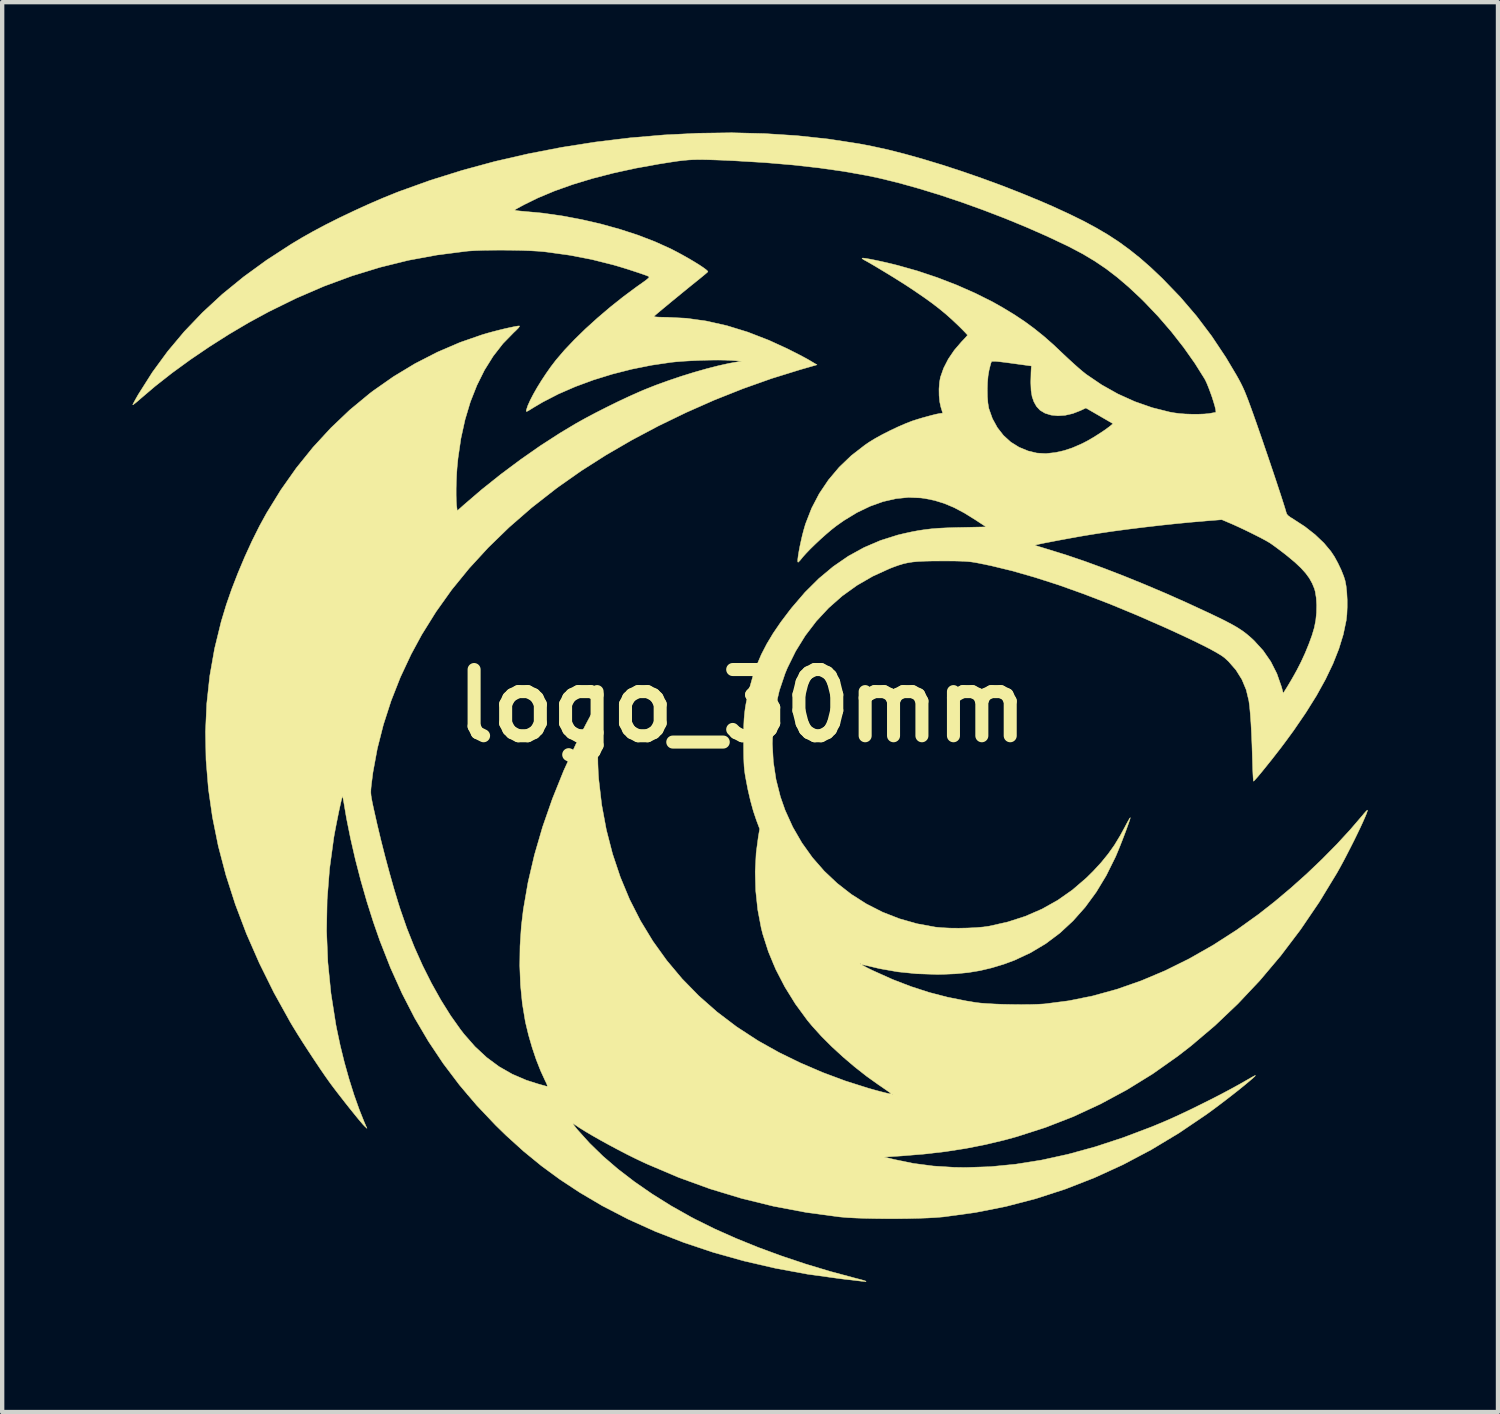
<source format=kicad_pcb>
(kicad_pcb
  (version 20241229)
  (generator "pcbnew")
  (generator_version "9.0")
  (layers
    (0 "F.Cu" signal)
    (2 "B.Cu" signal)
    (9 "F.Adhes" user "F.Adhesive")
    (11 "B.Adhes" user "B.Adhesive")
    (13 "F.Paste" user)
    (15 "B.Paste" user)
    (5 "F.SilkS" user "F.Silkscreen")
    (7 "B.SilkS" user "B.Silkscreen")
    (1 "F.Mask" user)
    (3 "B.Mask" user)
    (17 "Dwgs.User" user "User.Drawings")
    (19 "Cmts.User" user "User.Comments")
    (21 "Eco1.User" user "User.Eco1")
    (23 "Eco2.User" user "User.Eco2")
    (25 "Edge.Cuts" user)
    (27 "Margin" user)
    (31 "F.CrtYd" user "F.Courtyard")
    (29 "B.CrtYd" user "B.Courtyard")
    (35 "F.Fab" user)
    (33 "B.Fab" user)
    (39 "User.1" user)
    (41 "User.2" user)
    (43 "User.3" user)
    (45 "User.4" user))
  (footprint "logo_30mm"
    (layer "F.Cu")
    (at 14.029 13.192)
    (property "Reference" "logo_30mm" (at 0 0 0) (layer "F.SilkS") (effects (font (size 1.524 1.524) (thickness 0.3))))
    (attr through_hole)
    (fp_poly (pts (xy 0.519 -13.168) (xy 1.263 -13.12) (xy 1.988 -13.042) (xy 2.689 -12.934) (xy 2.982 -12.878) (xy 3.349 -12.798) (xy 3.746 -12.697) (xy 4.166 -12.579) (xy 4.605 -12.446) (xy 5.056 -12.299) (xy 5.511 -12.141) (xy 5.967 -11.974) (xy 6.415 -11.799) (xy 6.85 -11.62) (xy 7.154 -11.488) (xy 7.517 -11.321) (xy 7.844 -11.161) (xy 8.142 -11.001) (xy 8.416 -10.84) (xy 8.673 -10.672) (xy 8.918 -10.493) (xy 9.158 -10.301) (xy 9.398 -10.091) (xy 9.644 -9.858) (xy 9.67 -9.833) (xy 10.08 -9.408) (xy 10.456 -8.969) (xy 10.804 -8.508) (xy 11.13 -8.019) (xy 11.374 -7.609) (xy 11.428 -7.513) (xy 11.474 -7.426) (xy 11.517 -7.339) (xy 11.558 -7.248) (xy 11.6 -7.145) (xy 11.647 -7.024) (xy 11.701 -6.877) (xy 11.766 -6.698) (xy 11.78 -6.657) (xy 11.835 -6.502) (xy 11.895 -6.329) (xy 11.96 -6.142) (xy 12.027 -5.945) (xy 12.096 -5.744) (xy 12.164 -5.542) (xy 12.231 -5.344) (xy 12.294 -5.155) (xy 12.352 -4.979) (xy 12.404 -4.821) (xy 12.448 -4.684) (xy 12.483 -4.574) (xy 12.507 -4.495) (xy 12.519 -4.452) (xy 12.533 -4.413) (xy 12.562 -4.378) (xy 12.614 -4.339) (xy 12.685 -4.295) (xy 12.947 -4.125) (xy 13.183 -3.94) (xy 13.388 -3.745) (xy 13.547 -3.555) (xy 13.629 -3.432) (xy 13.71 -3.283) (xy 13.785 -3.126) (xy 13.845 -2.975) (xy 13.875 -2.879) (xy 13.898 -2.758) (xy 13.914 -2.607) (xy 13.923 -2.44) (xy 13.923 -2.268) (xy 13.916 -2.103) (xy 13.9 -1.959) (xy 13.899 -1.957) (xy 13.833 -1.641) (xy 13.732 -1.312) (xy 13.596 -0.968) (xy 13.424 -0.609) (xy 13.216 -0.233) (xy 12.971 0.159) (xy 12.69 0.57) (xy 12.481 0.855) (xy 12.389 0.977) (xy 12.291 1.103) (xy 12.193 1.229) (xy 12.096 1.35) (xy 12.006 1.462) (xy 11.925 1.561) (xy 11.857 1.642) (xy 11.805 1.7) (xy 11.775 1.731) (xy 11.768 1.736) (xy 11.764 1.715) (xy 11.759 1.658) (xy 11.754 1.57) (xy 11.749 1.457) (xy 11.745 1.323) (xy 11.741 1.191) (xy 11.732 0.902) (xy 11.721 0.635) (xy 11.708 0.395) (xy 11.693 0.186) (xy 11.677 0.011) (xy 11.66 -0.116) (xy 11.599 -0.369) (xy 11.5 -0.606) (xy 11.363 -0.825) (xy 11.192 -1.021) (xy 11.097 -1.108) (xy 11.023 -1.161) (xy 10.91 -1.229) (xy 10.761 -1.311) (xy 10.576 -1.405) (xy 10.357 -1.512) (xy 10.105 -1.631) (xy 9.822 -1.761) (xy 9.747 -1.795) (xy 9.088 -2.084) (xy 8.457 -2.345) (xy 7.853 -2.577) (xy 7.279 -2.782) (xy 6.733 -2.957) (xy 6.217 -3.105) (xy 5.731 -3.223) (xy 5.429 -3.285) (xy 5.348 -3.3) (xy 5.273 -3.311) (xy 5.197 -3.319) (xy 5.112 -3.325) (xy 5.013 -3.329) (xy 4.891 -3.332) (xy 4.74 -3.333) (xy 4.583 -3.333) (xy 4.372 -3.332) (xy 4.196 -3.328) (xy 4.049 -3.321) (xy 3.922 -3.309) (xy 3.809 -3.291) (xy 3.703 -3.267) (xy 3.596 -3.234) (xy 3.482 -3.193) (xy 3.397 -3.16) (xy 3.008 -2.983) (xy 2.643 -2.772) (xy 2.303 -2.528) (xy 1.99 -2.252) (xy 1.706 -1.947) (xy 1.452 -1.614) (xy 1.23 -1.255) (xy 1.041 -0.872) (xy 0.987 -0.741) (xy 0.856 -0.352) (xy 0.763 0.05) (xy 0.709 0.46) (xy 0.694 0.873) (xy 0.717 1.286) (xy 0.779 1.695) (xy 0.88 2.094) (xy 0.988 2.402) (xy 1.164 2.79) (xy 1.374 3.153) (xy 1.616 3.492) (xy 1.888 3.803) (xy 2.188 4.086) (xy 2.513 4.339) (xy 2.861 4.56) (xy 3.23 4.748) (xy 3.619 4.9) (xy 4.024 5.015) (xy 4.444 5.092) (xy 4.45 5.093) (xy 4.605 5.107) (xy 4.786 5.116) (xy 4.983 5.118) (xy 5.184 5.114) (xy 5.376 5.105) (xy 5.55 5.09) (xy 5.683 5.071) (xy 6.113 4.974) (xy 6.518 4.843) (xy 6.9 4.677) (xy 7.261 4.475) (xy 7.6 4.237) (xy 7.92 3.962) (xy 8.076 3.808) (xy 8.264 3.604) (xy 8.424 3.407) (xy 8.567 3.206) (xy 8.7 2.986) (xy 8.799 2.805) (xy 8.847 2.714) (xy 8.887 2.641) (xy 8.916 2.592) (xy 8.931 2.573) (xy 8.932 2.574) (xy 8.925 2.606) (xy 8.904 2.671) (xy 8.872 2.761) (xy 8.833 2.87) (xy 8.787 2.991) (xy 8.739 3.116) (xy 8.69 3.24) (xy 8.643 3.355) (xy 8.601 3.455) (xy 8.585 3.49) (xy 8.379 3.905) (xy 8.148 4.287) (xy 7.893 4.635) (xy 7.614 4.949) (xy 7.312 5.229) (xy 6.987 5.473) (xy 6.639 5.681) (xy 6.27 5.854) (xy 6.022 5.946) (xy 5.744 6.03) (xy 5.475 6.094) (xy 5.203 6.139) (xy 4.916 6.167) (xy 4.605 6.18) (xy 4.47 6.181) (xy 4.015 6.166) (xy 3.582 6.122) (xy 3.162 6.048) (xy 2.922 5.991) (xy 2.846 5.973) (xy 2.787 5.961) (xy 2.756 5.958) (xy 2.754 5.959) (xy 2.769 5.971) (xy 2.816 5.997) (xy 2.888 6.035) (xy 2.98 6.08) (xy 3.029 6.103) (xy 3.463 6.298) (xy 3.884 6.46) (xy 4.3 6.595) (xy 4.723 6.705) (xy 5.162 6.793) (xy 5.376 6.828) (xy 5.494 6.842) (xy 5.646 6.853) (xy 5.823 6.863) (xy 6.016 6.87) (xy 6.217 6.874) (xy 6.417 6.876) (xy 6.607 6.875) (xy 6.78 6.87) (xy 6.926 6.862) (xy 6.968 6.859) (xy 7.517 6.788) (xy 8.07 6.676) (xy 8.624 6.523) (xy 9.179 6.329) (xy 9.734 6.095) (xy 10.287 5.821) (xy 10.837 5.508) (xy 11.383 5.157) (xy 11.885 4.797) (xy 12.253 4.508) (xy 12.624 4.196) (xy 12.991 3.868) (xy 13.346 3.529) (xy 13.683 3.188) (xy 13.995 2.849) (xy 14.255 2.546) (xy 14.31 2.48) (xy 14.354 2.431) (xy 14.382 2.404) (xy 14.389 2.401) (xy 14.386 2.426) (xy 14.366 2.484) (xy 14.33 2.57) (xy 14.282 2.679) (xy 14.223 2.807) (xy 14.155 2.948) (xy 14.081 3.1) (xy 14.002 3.256) (xy 13.922 3.412) (xy 13.843 3.564) (xy 13.766 3.706) (xy 13.694 3.835) (xy 13.684 3.852) (xy 13.281 4.515) (xy 12.851 5.148) (xy 12.395 5.75) (xy 11.914 6.32) (xy 11.409 6.856) (xy 10.88 7.359) (xy 10.328 7.827) (xy 10.022 8.064) (xy 9.447 8.47) (xy 8.854 8.836) (xy 8.245 9.164) (xy 7.62 9.454) (xy 6.977 9.704) (xy 6.317 9.916) (xy 6.044 9.991) (xy 5.6 10.097) (xy 5.148 10.186) (xy 4.679 10.259) (xy 4.187 10.316) (xy 3.665 10.359) (xy 3.524 10.368) (xy 3.27 10.384) (xy 3.503 10.441) (xy 3.943 10.531) (xy 4.4 10.591) (xy 4.878 10.621) (xy 5.144 10.625) (xy 5.712 10.606) (xy 6.294 10.549) (xy 6.891 10.454) (xy 7.501 10.32) (xy 8.127 10.148) (xy 8.769 9.937) (xy 9.427 9.688) (xy 9.696 9.576) (xy 9.88 9.496) (xy 10.091 9.399) (xy 10.321 9.29) (xy 10.56 9.172) (xy 10.801 9.052) (xy 11.034 8.932) (xy 11.25 8.817) (xy 11.441 8.712) (xy 11.536 8.658) (xy 11.651 8.592) (xy 11.733 8.545) (xy 11.785 8.517) (xy 11.809 8.507) (xy 11.811 8.512) (xy 11.792 8.532) (xy 11.758 8.564) (xy 11.672 8.638) (xy 11.559 8.732) (xy 11.425 8.841) (xy 11.276 8.958) (xy 11.121 9.078) (xy 10.964 9.197) (xy 10.814 9.309) (xy 10.679 9.407) (xy 10.051 9.832) (xy 9.413 10.216) (xy 8.765 10.559) (xy 8.107 10.86) (xy 7.439 11.121) (xy 6.761 11.341) (xy 6.071 11.521) (xy 5.37 11.66) (xy 4.657 11.758) (xy 4.625 11.762) (xy 4.467 11.775) (xy 4.274 11.786) (xy 4.055 11.794) (xy 3.817 11.8) (xy 3.568 11.803) (xy 3.314 11.803) (xy 3.064 11.8) (xy 2.826 11.795) (xy 2.607 11.787) (xy 2.414 11.777) (xy 2.255 11.763) (xy 2.244 11.762) (xy 1.477 11.659) (xy 0.725 11.517) (xy -0.013 11.336) (xy -0.742 11.115) (xy -1.463 10.853) (xy -2.178 10.549) (xy -2.29 10.498) (xy -2.468 10.413) (xy -2.661 10.317) (xy -2.861 10.213) (xy -3.061 10.106) (xy -3.256 9.999) (xy -3.439 9.895) (xy -3.602 9.799) (xy -3.74 9.713) (xy -3.836 9.648) (xy -3.875 9.623) (xy -3.894 9.617) (xy -3.895 9.618) (xy -3.882 9.638) (xy -3.849 9.682) (xy -3.801 9.742) (xy -3.784 9.762) (xy -3.512 10.064) (xy -3.202 10.366) (xy -2.856 10.663) (xy -2.477 10.954) (xy -2.071 11.235) (xy -1.639 11.505) (xy -1.185 11.761) (xy -1.079 11.817) (xy -0.63 12.039) (xy -0.145 12.255) (xy 0.37 12.464) (xy 0.906 12.661) (xy 1.459 12.846) (xy 2.021 13.015) (xy 2.582 13.166) (xy 2.71 13.199) (xy 2.797 13.223) (xy 2.844 13.239) (xy 2.852 13.248) (xy 2.82 13.249) (xy 2.749 13.242) (xy 2.699 13.236) (xy 2.657 13.231) (xy 2.582 13.222) (xy 2.481 13.21) (xy 2.364 13.197) (xy 2.265 13.185) (xy 1.506 13.08) (xy 0.764 12.943) (xy 0.041 12.776) (xy -0.662 12.579) (xy -1.341 12.352) (xy -1.995 12.098) (xy -2.622 11.815) (xy -3.219 11.506) (xy -3.736 11.201) (xy -4.193 10.9) (xy -4.622 10.585) (xy -5.033 10.249) (xy -5.436 9.884) (xy -5.673 9.653) (xy -6.106 9.196) (xy -6.322 8.943) (xy 3.45 8.943) (xy 3.461 8.954) (xy 3.471 8.943) (xy 3.461 8.932) (xy 3.45 8.943) (xy -6.322 8.943) (xy -6.507 8.724) (xy -6.878 8.233) (xy -7.22 7.721) (xy -7.536 7.185) (xy -7.826 6.621) (xy -8.094 6.026) (xy -8.34 5.399) (xy -8.488 4.974) (xy -8.637 4.504) (xy -8.776 4.02) (xy -8.902 3.533) (xy -9.012 3.053) (xy -9.105 2.592) (xy -9.146 2.35) (xy -9.163 2.249) (xy -9.178 2.166) (xy -9.189 2.107) (xy -9.195 2.08) (xy -9.195 2.08) (xy -9.203 2.096) (xy -9.217 2.147) (xy -9.236 2.227) (xy -9.259 2.33) (xy -9.285 2.449) (xy -9.311 2.579) (xy -9.338 2.713) (xy -9.363 2.844) (xy -9.386 2.966) (xy -9.398 3.037) (xy -9.495 3.749) (xy -9.551 4.464) (xy -9.564 5.18) (xy -9.535 5.898) (xy -9.463 6.617) (xy -9.35 7.337) (xy -9.332 7.429) (xy -9.25 7.817) (xy -9.154 8.207) (xy -9.047 8.588) (xy -8.932 8.954) (xy -8.811 9.294) (xy -8.702 9.567) (xy -8.634 9.725) (xy -8.69 9.673) (xy -8.726 9.635) (xy -8.783 9.569) (xy -8.857 9.48) (xy -8.944 9.373) (xy -9.039 9.255) (xy -9.138 9.13) (xy -9.236 9.004) (xy -9.33 8.883) (xy -9.415 8.771) (xy -9.483 8.68) (xy -9.591 8.528) (xy -9.713 8.35) (xy -9.844 8.154) (xy -9.978 7.951) (xy -10.109 7.749) (xy -10.231 7.556) (xy -10.337 7.383) (xy -10.398 7.281) (xy -10.775 6.601) (xy -11.111 5.922) (xy -11.408 5.245) (xy -11.664 4.569) (xy -11.88 3.897) (xy -12.056 3.227) (xy -12.19 2.562) (xy -12.27 2.005) (xy -8.545 2.005) (xy -8.54 2.066) (xy -8.528 2.139) (xy -8.51 2.234) (xy -8.483 2.359) (xy -8.478 2.381) (xy -8.398 2.737) (xy -8.309 3.108) (xy -8.214 3.482) (xy -8.115 3.85) (xy -8.016 4.201) (xy -7.918 4.526) (xy -7.87 4.678) (xy -7.717 5.118) (xy -7.544 5.553) (xy -7.354 5.978) (xy -7.149 6.386) (xy -6.933 6.772) (xy -6.709 7.13) (xy -6.479 7.454) (xy -6.4 7.556) (xy -6.148 7.843) (xy -5.88 8.092) (xy -5.595 8.303) (xy -5.29 8.477) (xy -4.964 8.617) (xy -4.699 8.701) (xy -4.618 8.724) (xy -4.549 8.743) (xy -4.506 8.755) (xy -4.502 8.756) (xy -4.485 8.755) (xy -4.485 8.737) (xy -4.501 8.694) (xy -4.536 8.622) (xy -4.64 8.395) (xy -4.741 8.138) (xy -4.834 7.861) (xy -4.916 7.578) (xy -4.983 7.3) (xy -4.993 7.25) (xy -5.059 6.851) (xy -5.101 6.425) (xy -5.118 5.982) (xy -5.112 5.528) (xy -5.082 5.073) (xy -5.036 4.688) (xy -4.928 4.064) (xy -4.78 3.43) (xy -4.593 2.788) (xy -4.368 2.142) (xy -4.107 1.493) (xy -3.809 0.845) (xy -3.746 0.717) (xy -3.679 0.586) (xy -3.609 0.45) (xy -3.538 0.316) (xy -3.469 0.188) (xy -3.405 0.072) (xy -3.349 -0.027) (xy -3.304 -0.103) (xy -3.272 -0.152) (xy -3.257 -0.169) (xy -3.253 -0.151) (xy -3.257 -0.103) (xy -3.262 -0.069) (xy -3.281 0.071) (xy -3.297 0.245) (xy -3.309 0.444) (xy -3.318 0.661) (xy -3.322 0.887) (xy -3.323 1.113) (xy -3.32 1.332) (xy -3.312 1.535) (xy -3.302 1.683) (xy -3.233 2.277) (xy -3.126 2.852) (xy -2.983 3.407) (xy -2.804 3.942) (xy -2.59 4.456) (xy -2.34 4.947) (xy -2.055 5.416) (xy -1.736 5.86) (xy -1.383 6.281) (xy -0.997 6.676) (xy -0.578 7.045) (xy -0.127 7.387) (xy 0.356 7.702) (xy 0.392 7.723) (xy 0.85 7.979) (xy 1.34 8.218) (xy 1.852 8.438) (xy 2.375 8.633) (xy 2.902 8.8) (xy 3.101 8.856) (xy 3.231 8.89) (xy 3.324 8.913) (xy 3.385 8.926) (xy 3.417 8.93) (xy 3.426 8.924) (xy 3.417 8.914) (xy 3.393 8.897) (xy 3.341 8.86) (xy 3.267 8.809) (xy 3.179 8.748) (xy 3.137 8.72) (xy 2.865 8.526) (xy 2.59 8.31) (xy 2.32 8.08) (xy 2.062 7.843) (xy 1.824 7.605) (xy 1.613 7.372) (xy 1.502 7.239) (xy 1.225 6.861) (xy 0.982 6.469) (xy 0.774 6.067) (xy 0.719 5.937) (xy 2.709 5.937) (xy 2.72 5.948) (xy 2.731 5.937) (xy 2.72 5.927) (xy 2.709 5.937) (xy 0.719 5.937) (xy 0.604 5.66) (xy 0.473 5.251) (xy 0.438 5.112) (xy 0.358 4.69) (xy 0.312 4.256) (xy 0.3 3.819) (xy 0.322 3.387) (xy 0.372 3.011) (xy 0.403 2.834) (xy 0.327 2.631) (xy 0.257 2.423) (xy 0.191 2.183) (xy 0.13 1.92) (xy 0.081 1.662) (xy 0.065 1.569) (xy 0.054 1.483) (xy 0.045 1.396) (xy 0.04 1.3) (xy 0.036 1.187) (xy 0.034 1.05) (xy 0.033 0.88) (xy 0.033 0.826) (xy 0.034 0.62) (xy 0.037 0.447) (xy 0.044 0.299) (xy 0.056 0.167) (xy 0.072 0.041) (xy 0.095 -0.087) (xy 0.126 -0.226) (xy 0.164 -0.385) (xy 0.169 -0.404) (xy 0.246 -0.678) (xy 0.336 -0.935) (xy 0.441 -1.181) (xy 0.566 -1.423) (xy 0.713 -1.668) (xy 0.887 -1.923) (xy 1.092 -2.194) (xy 1.139 -2.254) (xy 1.445 -2.611) (xy 1.763 -2.927) (xy 2.095 -3.204) (xy 2.442 -3.443) (xy 2.804 -3.642) (xy 2.93 -3.696) (xy 6.737 -3.696) (xy 6.754 -3.689) (xy 6.806 -3.671) (xy 6.885 -3.647) (xy 6.986 -3.616) (xy 7.075 -3.589) (xy 7.464 -3.468) (xy 7.882 -3.326) (xy 8.325 -3.164) (xy 8.788 -2.985) (xy 9.265 -2.791) (xy 9.751 -2.585) (xy 10.241 -2.367) (xy 10.729 -2.141) (xy 10.924 -2.048) (xy 11.112 -1.956) (xy 11.267 -1.874) (xy 11.398 -1.799) (xy 11.51 -1.726) (xy 11.611 -1.65) (xy 11.709 -1.566) (xy 11.778 -1.502) (xy 11.989 -1.271) (xy 12.165 -1.017) (xy 12.305 -0.74) (xy 12.41 -0.439) (xy 12.426 -0.382) (xy 12.45 -0.288) (xy 12.537 -0.425) (xy 12.58 -0.497) (xy 12.637 -0.593) (xy 12.7 -0.703) (xy 12.761 -0.813) (xy 12.765 -0.82) (xy 12.862 -1.01) (xy 12.956 -1.214) (xy 13.04 -1.42) (xy 13.112 -1.616) (xy 13.164 -1.79) (xy 13.169 -1.81) (xy 13.2 -1.969) (xy 13.217 -2.142) (xy 13.221 -2.317) (xy 13.211 -2.483) (xy 13.188 -2.626) (xy 13.17 -2.692) (xy 13.118 -2.818) (xy 13.052 -2.937) (xy 12.966 -3.054) (xy 12.856 -3.175) (xy 12.72 -3.303) (xy 12.551 -3.444) (xy 12.457 -3.518) (xy 12.362 -3.59) (xy 12.271 -3.658) (xy 12.192 -3.715) (xy 12.135 -3.754) (xy 12.129 -3.757) (xy 12.057 -3.799) (xy 11.955 -3.854) (xy 11.832 -3.917) (xy 11.696 -3.985) (xy 11.556 -4.053) (xy 11.422 -4.116) (xy 11.301 -4.171) (xy 11.25 -4.193) (xy 11.038 -4.283) (xy 10.71 -4.257) (xy 10.368 -4.228) (xy 10.004 -4.193) (xy 9.627 -4.153) (xy 9.247 -4.109) (xy 8.874 -4.063) (xy 8.517 -4.015) (xy 8.187 -3.966) (xy 7.996 -3.935) (xy 7.86 -3.913) (xy 7.712 -3.887) (xy 7.557 -3.859) (xy 7.4 -3.83) (xy 7.248 -3.802) (xy 7.105 -3.774) (xy 6.978 -3.75) (xy 6.872 -3.728) (xy 6.793 -3.711) (xy 6.747 -3.7) (xy 6.737 -3.696) (xy 2.93 -3.696) (xy 3.182 -3.804) (xy 3.577 -3.929) (xy 3.736 -3.967) (xy 3.906 -4.004) (xy 4.061 -4.033) (xy 4.209 -4.055) (xy 4.36 -4.073) (xy 4.522 -4.086) (xy 4.704 -4.095) (xy 4.916 -4.102) (xy 5.024 -4.104) (xy 5.614 -4.117) (xy 5.366 -4.28) (xy 5.113 -4.437) (xy 4.877 -4.562) (xy 4.651 -4.657) (xy 4.427 -4.726) (xy 4.199 -4.772) (xy 4.109 -4.784) (xy 3.828 -4.796) (xy 3.539 -4.767) (xy 3.243 -4.699) (xy 2.944 -4.592) (xy 2.642 -4.447) (xy 2.341 -4.264) (xy 2.163 -4.138) (xy 2.057 -4.055) (xy 1.937 -3.953) (xy 1.811 -3.841) (xy 1.686 -3.724) (xy 1.57 -3.611) (xy 1.47 -3.507) (xy 1.393 -3.421) (xy 1.376 -3.399) (xy 1.333 -3.347) (xy 1.299 -3.312) (xy 1.286 -3.303) (xy 1.278 -3.322) (xy 1.28 -3.375) (xy 1.29 -3.456) (xy 1.307 -3.558) (xy 1.329 -3.675) (xy 1.356 -3.799) (xy 1.385 -3.926) (xy 1.417 -4.047) (xy 1.449 -4.157) (xy 1.459 -4.189) (xy 1.598 -4.546) (xy 1.774 -4.883) (xy 1.986 -5.198) (xy 2.233 -5.491) (xy 2.513 -5.759) (xy 2.827 -6.002) (xy 2.925 -6.069) (xy 3.061 -6.152) (xy 3.225 -6.242) (xy 3.404 -6.333) (xy 3.586 -6.419) (xy 3.759 -6.494) (xy 3.91 -6.553) (xy 3.926 -6.558) (xy 4.025 -6.59) (xy 4.138 -6.624) (xy 4.254 -6.656) (xy 4.365 -6.686) (xy 4.462 -6.71) (xy 4.536 -6.725) (xy 4.577 -6.731) (xy 4.609 -6.733) (xy 4.614 -6.736) (xy 4.608 -6.758) (xy 4.593 -6.808) (xy 4.572 -6.876) (xy 4.546 -6.996) (xy 4.532 -7.14) (xy 4.53 -7.275) (xy 5.641 -7.275) (xy 5.644 -7.115) (xy 5.655 -6.97) (xy 5.674 -6.852) (xy 5.678 -6.837) (xy 5.759 -6.609) (xy 5.872 -6.403) (xy 6.013 -6.222) (xy 6.18 -6.07) (xy 6.369 -5.952) (xy 6.375 -5.949) (xy 6.581 -5.864) (xy 6.782 -5.816) (xy 6.987 -5.804) (xy 7.207 -5.828) (xy 7.218 -5.83) (xy 7.409 -5.873) (xy 7.599 -5.936) (xy 7.802 -6.024) (xy 7.842 -6.043) (xy 7.955 -6.102) (xy 8.084 -6.177) (xy 8.217 -6.261) (xy 8.342 -6.344) (xy 8.446 -6.42) (xy 8.474 -6.442) (xy 8.534 -6.492) (xy 8.222 -6.673) (xy 7.91 -6.853) (xy 7.782 -6.793) (xy 7.607 -6.725) (xy 7.432 -6.685) (xy 7.265 -6.674) (xy 7.109 -6.69) (xy 6.971 -6.732) (xy 6.856 -6.801) (xy 6.775 -6.887) (xy 6.714 -6.995) (xy 6.672 -7.115) (xy 6.649 -7.256) (xy 6.642 -7.426) (xy 6.642 -7.472) (xy 6.645 -7.574) (xy 6.647 -7.666) (xy 6.65 -7.735) (xy 6.652 -7.768) (xy 6.657 -7.82) (xy 6.205 -7.882) (xy 6.05 -7.903) (xy 5.931 -7.917) (xy 5.846 -7.926) (xy 5.788 -7.928) (xy 5.753 -7.926) (xy 5.737 -7.918) (xy 5.737 -7.917) (xy 5.724 -7.885) (xy 5.707 -7.823) (xy 5.687 -7.743) (xy 5.681 -7.718) (xy 5.659 -7.589) (xy 5.646 -7.437) (xy 5.641 -7.275) (xy 4.53 -7.275) (xy 4.53 -7.295) (xy 4.541 -7.442) (xy 4.562 -7.56) (xy 4.635 -7.768) (xy 4.743 -7.979) (xy 4.882 -8.184) (xy 5.047 -8.376) (xy 5.052 -8.381) (xy 5.111 -8.443) (xy 5.157 -8.493) (xy 5.183 -8.525) (xy 5.186 -8.531) (xy 5.171 -8.549) (xy 5.132 -8.591) (xy 5.073 -8.652) (xy 5 -8.725) (xy 4.969 -8.755) (xy 4.825 -8.891) (xy 4.682 -9.018) (xy 4.531 -9.142) (xy 4.367 -9.268) (xy 4.182 -9.401) (xy 3.97 -9.546) (xy 3.852 -9.625) (xy 3.748 -9.693) (xy 3.623 -9.772) (xy 3.486 -9.858) (xy 3.344 -9.945) (xy 3.203 -10.03) (xy 3.072 -10.109) (xy 2.956 -10.177) (xy 2.865 -10.229) (xy 2.818 -10.254) (xy 2.776 -10.279) (xy 2.758 -10.298) (xy 2.759 -10.301) (xy 2.785 -10.303) (xy 2.845 -10.295) (xy 2.935 -10.28) (xy 3.047 -10.258) (xy 3.175 -10.231) (xy 3.314 -10.2) (xy 3.456 -10.166) (xy 3.573 -10.137) (xy 4.034 -10.007) (xy 4.492 -9.854) (xy 4.938 -9.682) (xy 5.364 -9.494) (xy 5.762 -9.295) (xy 5.996 -9.163) (xy 6.26 -9.003) (xy 6.498 -8.845) (xy 6.721 -8.681) (xy 6.94 -8.505) (xy 7.163 -8.309) (xy 7.389 -8.095) (xy 7.502 -7.989) (xy 7.619 -7.882) (xy 7.732 -7.781) (xy 7.833 -7.695) (xy 7.913 -7.631) (xy 7.918 -7.627) (xy 8.273 -7.386) (xy 8.647 -7.176) (xy 9.037 -7) (xy 9.435 -6.861) (xy 9.837 -6.76) (xy 9.938 -6.742) (xy 10.056 -6.726) (xy 10.198 -6.715) (xy 10.349 -6.71) (xy 10.498 -6.71) (xy 10.634 -6.715) (xy 10.744 -6.725) (xy 10.771 -6.73) (xy 10.836 -6.742) (xy 10.882 -6.75) (xy 10.895 -6.752) (xy 10.902 -6.771) (xy 10.895 -6.821) (xy 10.877 -6.897) (xy 10.849 -6.991) (xy 10.816 -7.097) (xy 10.777 -7.206) (xy 10.737 -7.313) (xy 10.698 -7.41) (xy 10.661 -7.49) (xy 10.642 -7.525) (xy 10.418 -7.882) (xy 10.161 -8.246) (xy 9.878 -8.608) (xy 9.575 -8.959) (xy 9.259 -9.291) (xy 9.163 -9.386) (xy 8.892 -9.639) (xy 8.633 -9.86) (xy 8.376 -10.057) (xy 8.114 -10.234) (xy 7.838 -10.399) (xy 7.539 -10.557) (xy 7.46 -10.596) (xy 7.004 -10.811) (xy 6.528 -11.02) (xy 6.039 -11.221) (xy 5.544 -11.411) (xy 5.047 -11.59) (xy 4.557 -11.754) (xy 4.077 -11.901) (xy 3.616 -12.03) (xy 3.178 -12.138) (xy 2.877 -12.202) (xy 2.345 -12.297) (xy 1.775 -12.378) (xy 1.167 -12.446) (xy 0.519 -12.501) (xy -0.169 -12.542) (xy -0.465 -12.556) (xy -0.665 -12.563) (xy -0.833 -12.568) (xy -0.976 -12.57) (xy -1.104 -12.568) (xy -1.225 -12.562) (xy -1.349 -12.551) (xy -1.483 -12.535) (xy -1.637 -12.512) (xy -1.82 -12.483) (xy -1.926 -12.466) (xy -2.457 -12.37) (xy -2.964 -12.259) (xy -3.445 -12.135) (xy -3.896 -11.998) (xy -4.315 -11.849) (xy -4.698 -11.689) (xy -5.016 -11.533) (xy -5.1 -11.488) (xy -5.171 -11.449) (xy -5.218 -11.421) (xy -5.235 -11.41) (xy -5.222 -11.402) (xy -5.175 -11.393) (xy -5.102 -11.385) (xy -5.034 -11.379) (xy -4.593 -11.338) (xy -4.143 -11.274) (xy -3.691 -11.189) (xy -3.245 -11.086) (xy -2.81 -10.965) (xy -2.395 -10.83) (xy -2.006 -10.68) (xy -1.651 -10.52) (xy -1.627 -10.508) (xy -1.492 -10.438) (xy -1.356 -10.364) (xy -1.223 -10.289) (xy -1.1 -10.216) (xy -0.99 -10.148) (xy -0.9 -10.088) (xy -0.833 -10.039) (xy -0.795 -10.004) (xy -0.788 -9.989) (xy -0.806 -9.972) (xy -0.851 -9.933) (xy -0.919 -9.877) (xy -1.003 -9.808) (xy -1.079 -9.747) (xy -1.165 -9.678) (xy -1.267 -9.595) (xy -1.38 -9.503) (xy -1.499 -9.405) (xy -1.618 -9.308) (xy -1.731 -9.214) (xy -1.834 -9.129) (xy -1.92 -9.057) (xy -1.985 -9.002) (xy -2.024 -8.968) (xy -2.026 -8.966) (xy -2.024 -8.957) (xy -1.994 -8.95) (xy -1.931 -8.945) (xy -1.832 -8.942) (xy -1.73 -8.941) (xy -1.278 -8.918) (xy -0.818 -8.853) (xy -0.349 -8.747) (xy 0.129 -8.6) (xy 0.614 -8.412) (xy 1.027 -8.223) (xy 1.154 -8.159) (xy 1.283 -8.094) (xy 1.401 -8.032) (xy 1.499 -7.979) (xy 1.554 -7.947) (xy 1.722 -7.847) (xy 1.332 -7.735) (xy 0.677 -7.532) (xy 0.018 -7.298) (xy -0.639 -7.037) (xy -1.288 -6.75) (xy -1.924 -6.442) (xy -2.542 -6.114) (xy -3.136 -5.769) (xy -3.7 -5.41) (xy -4.228 -5.039) (xy -4.286 -4.996) (xy -4.845 -4.559) (xy -5.363 -4.108) (xy -5.842 -3.643) (xy -6.282 -3.164) (xy -6.684 -2.671) (xy -7.047 -2.161) (xy -7.374 -1.636) (xy -7.618 -1.185) (xy -7.866 -0.656) (xy -8.079 -0.114) (xy -8.256 0.434) (xy -8.396 0.985) (xy -8.497 1.533) (xy -8.531 1.799) (xy -8.54 1.881) (xy -8.545 1.946) (xy -8.545 2.005) (xy -12.27 2.005) (xy -12.284 1.901) (xy -12.338 1.245) (xy -12.35 0.595) (xy -12.321 -0.049) (xy -12.252 -0.686) (xy -12.141 -1.316) (xy -11.989 -1.938) (xy -11.871 -2.328) (xy -11.747 -2.684) (xy -11.604 -3.053) (xy -11.447 -3.426) (xy -11.28 -3.791) (xy -11.108 -4.136) (xy -10.944 -4.435) (xy -10.617 -4.966) (xy -10.261 -5.471) (xy -9.877 -5.947) (xy -9.466 -6.393) (xy -9.032 -6.806) (xy -8.575 -7.184) (xy -8.498 -7.243) (xy -8.024 -7.575) (xy -7.529 -7.874) (xy -7.017 -8.137) (xy -6.493 -8.362) (xy -5.986 -8.538) (xy -5.868 -8.573) (xy -5.737 -8.609) (xy -5.601 -8.644) (xy -5.467 -8.677) (xy -5.345 -8.704) (xy -5.24 -8.726) (xy -5.163 -8.739) (xy -5.127 -8.742) (xy -5.124 -8.729) (xy -5.152 -8.692) (xy -5.209 -8.634) (xy -5.254 -8.592) (xy -5.504 -8.336) (xy -5.729 -8.047) (xy -5.93 -7.725) (xy -6.105 -7.373) (xy -6.255 -6.993) (xy -6.377 -6.586) (xy -6.472 -6.154) (xy -6.539 -5.698) (xy -6.561 -5.474) (xy -6.571 -5.322) (xy -6.578 -5.161) (xy -6.582 -5) (xy -6.582 -4.849) (xy -6.579 -4.717) (xy -6.573 -4.615) (xy -6.569 -4.586) (xy -6.556 -4.488) (xy -6.408 -4.62) (xy -5.996 -4.974) (xy -5.559 -5.323) (xy -5.106 -5.661) (xy -4.647 -5.982) (xy -4.19 -6.277) (xy -3.821 -6.498) (xy -3.609 -6.616) (xy -3.371 -6.742) (xy -3.117 -6.871) (xy -2.859 -6.998) (xy -2.608 -7.116) (xy -2.375 -7.22) (xy -2.254 -7.272) (xy -1.987 -7.378) (xy -1.702 -7.481) (xy -1.407 -7.581) (xy -1.111 -7.673) (xy -0.823 -7.755) (xy -0.55 -7.825) (xy -0.303 -7.88) (xy -0.18 -7.902) (xy -0.011 -7.931) (xy -0.243 -7.948) (xy -0.382 -7.954) (xy -0.552 -7.957) (xy -0.743 -7.955) (xy -0.946 -7.95) (xy -1.151 -7.941) (xy -1.346 -7.93) (xy -1.523 -7.916) (xy -1.63 -7.905) (xy -2.085 -7.838) (xy -2.539 -7.747) (xy -2.987 -7.633) (xy -3.421 -7.499) (xy -3.836 -7.346) (xy -4.227 -7.176) (xy -4.586 -6.991) (xy -4.796 -6.867) (xy -4.878 -6.816) (xy -4.93 -6.785) (xy -4.959 -6.773) (xy -4.969 -6.778) (xy -4.968 -6.798) (xy -4.965 -6.81) (xy -4.934 -6.905) (xy -4.88 -7.026) (xy -4.807 -7.167) (xy -4.719 -7.322) (xy -4.619 -7.484) (xy -4.512 -7.646) (xy -4.401 -7.804) (xy -4.29 -7.949) (xy -4.283 -7.958) (xy -4.088 -8.186) (xy -3.86 -8.426) (xy -3.606 -8.674) (xy -3.33 -8.924) (xy -3.04 -9.171) (xy -2.74 -9.41) (xy -2.436 -9.636) (xy -2.354 -9.694) (xy -2.258 -9.762) (xy -2.194 -9.81) (xy -2.156 -9.843) (xy -2.142 -9.864) (xy -2.147 -9.877) (xy -2.153 -9.881) (xy -2.197 -9.9) (xy -2.275 -9.928) (xy -2.377 -9.963) (xy -2.496 -10.002) (xy -2.624 -10.044) (xy -2.753 -10.084) (xy -2.876 -10.121) (xy -2.97 -10.148) (xy -3.46 -10.271) (xy -3.961 -10.368) (xy -4.486 -10.441) (xy -4.551 -10.449) (xy -4.7 -10.462) (xy -4.881 -10.472) (xy -5.085 -10.48) (xy -5.304 -10.484) (xy -5.529 -10.486) (xy -5.75 -10.485) (xy -5.959 -10.482) (xy -6.147 -10.475) (xy -6.304 -10.465) (xy -6.35 -10.46) (xy -7.021 -10.374) (xy -7.681 -10.252) (xy -8.332 -10.091) (xy -8.978 -9.893) (xy -9.621 -9.656) (xy -10.265 -9.378) (xy -10.896 -9.068) (xy -11.351 -8.821) (xy -11.808 -8.551) (xy -12.26 -8.264) (xy -12.699 -7.966) (xy -13.118 -7.661) (xy -13.51 -7.353) (xy -13.839 -7.073) (xy -13.91 -7.011) (xy -13.969 -6.963) (xy -14.009 -6.933) (xy -14.024 -6.926) (xy -14.017 -6.946) (xy -13.991 -6.995) (xy -13.952 -7.067) (xy -13.902 -7.155) (xy -13.889 -7.176) (xy -13.572 -7.676) (xy -13.222 -8.154) (xy -12.838 -8.612) (xy -12.419 -9.05) (xy -11.965 -9.47) (xy -11.473 -9.871) (xy -10.945 -10.255) (xy -10.378 -10.623) (xy -10.128 -10.773) (xy -9.867 -10.92) (xy -9.575 -11.075) (xy -9.26 -11.233) (xy -8.932 -11.389) (xy -8.6 -11.541) (xy -8.273 -11.682) (xy -7.96 -11.809) (xy -7.885 -11.838) (xy -7.175 -12.093) (xy -6.442 -12.322) (xy -5.692 -12.526) (xy -4.926 -12.702) (xy -4.15 -12.852) (xy -3.367 -12.975) (xy -2.581 -13.07) (xy -1.795 -13.137) (xy -1.014 -13.176) (xy -0.241 -13.187) (xy 0.519 -13.168)) (stroke (width 0.01) (type solid)) (fill yes) (layer "F.SilkS")))
  (gr_rect
    (start -3 -3)
    (end 31.422 29.445)
    (stroke (width 0.1) (type default))
    (fill no)
    (layer "Edge.Cuts")))
</source>
